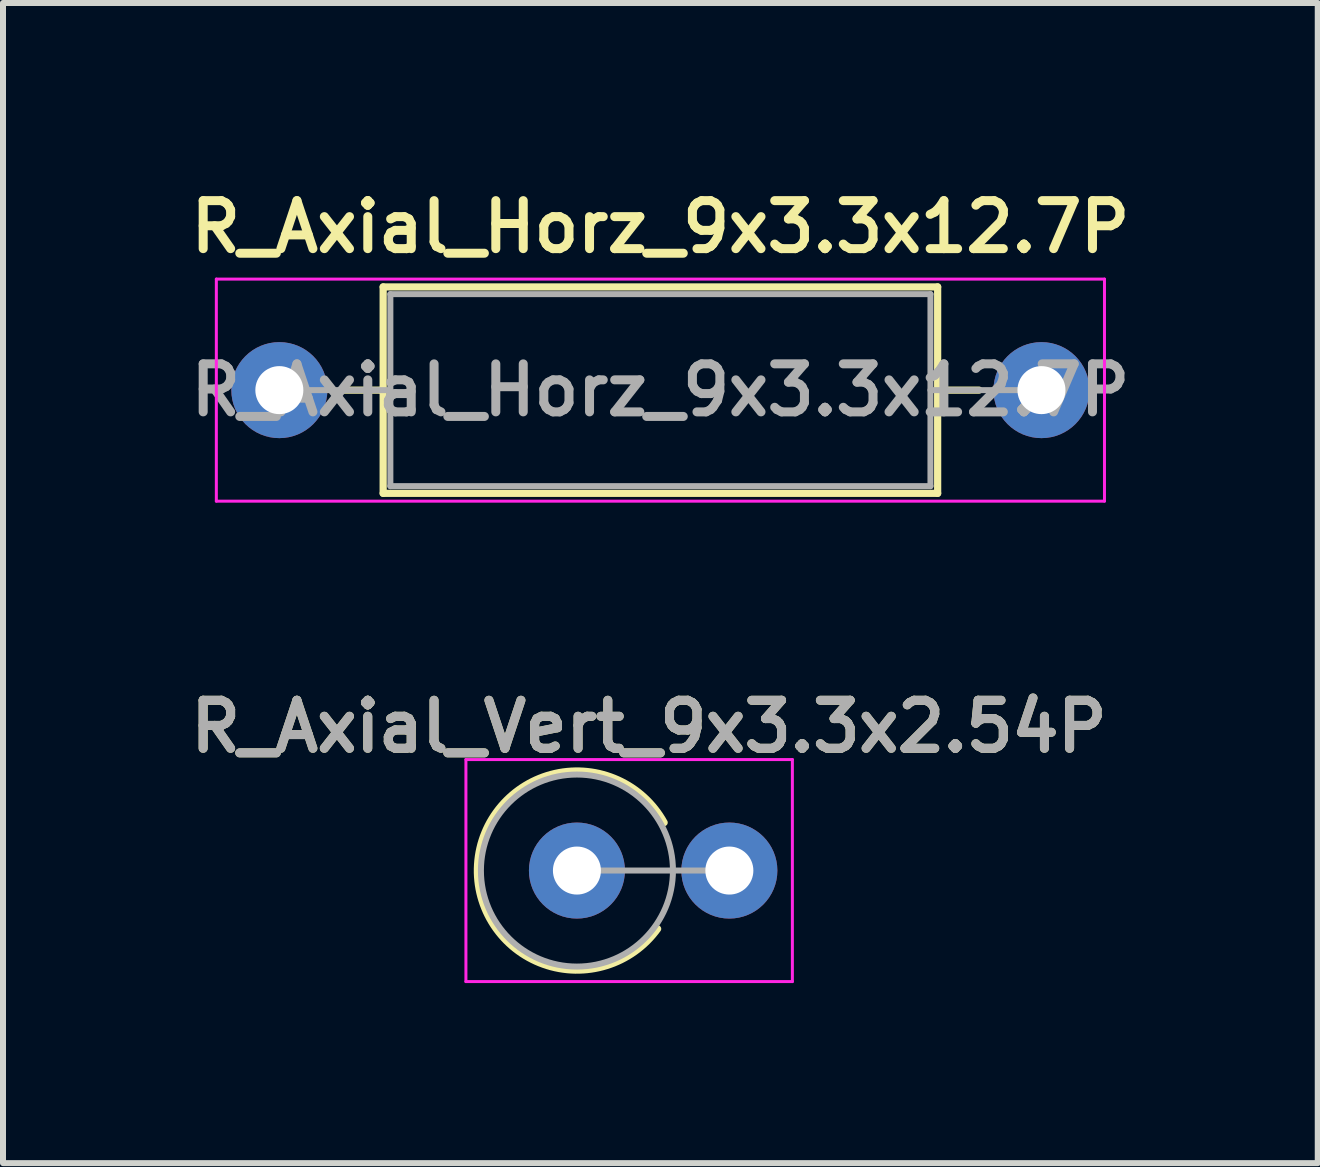
<source format=kicad_pcb>
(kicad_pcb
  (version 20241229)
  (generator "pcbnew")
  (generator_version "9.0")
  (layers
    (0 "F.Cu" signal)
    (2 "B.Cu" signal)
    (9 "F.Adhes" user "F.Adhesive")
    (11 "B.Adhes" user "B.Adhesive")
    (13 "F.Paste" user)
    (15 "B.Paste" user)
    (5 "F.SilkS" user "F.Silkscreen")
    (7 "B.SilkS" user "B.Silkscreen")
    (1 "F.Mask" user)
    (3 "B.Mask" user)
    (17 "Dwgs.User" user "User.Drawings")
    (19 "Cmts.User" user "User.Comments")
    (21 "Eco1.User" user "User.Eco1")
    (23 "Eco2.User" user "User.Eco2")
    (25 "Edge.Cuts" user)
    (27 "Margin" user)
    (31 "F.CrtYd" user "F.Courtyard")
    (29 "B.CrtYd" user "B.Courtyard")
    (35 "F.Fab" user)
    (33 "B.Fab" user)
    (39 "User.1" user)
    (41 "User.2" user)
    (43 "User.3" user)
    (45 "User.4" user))
  (footprint "R_Axial_Vert_9x3.3x2.54P"
    (layer "F.Cu")
    (at 6.564 11.457)
    (property "Reference" "R_Axial_Vert_9x3.3x2.54P" (at 1.2 -2.4 0) (layer "F.SilkS") (effects (font (size 0.8 0.8) (thickness 0.15))))
    (attr through_hole)
    (fp_arc (start 1.344775 0.97138) (mid -1.655812 -0.101418) (end 1.453272 -0.8) (stroke (width 0.12) (type solid)) (layer "F.SilkS"))
    (fp_line (start -1.85 -1.85) (end -1.85 1.85) (stroke (width 0.05) (type solid)) (layer "F.CrtYd"))
    (fp_line (start -1.85 1.85) (end 3.59 1.85) (stroke (width 0.05) (type solid)) (layer "F.CrtYd"))
    (fp_line (start 3.59 -1.85) (end -1.85 -1.85) (stroke (width 0.05) (type solid)) (layer "F.CrtYd"))
    (fp_line (start 3.59 1.85) (end 3.59 -1.85) (stroke (width 0.05) (type solid)) (layer "F.CrtYd"))
    (fp_line (start 0 0) (end 2.54 0) (stroke (width 0.1) (type solid)) (layer "F.Fab"))
    (fp_circle (center 0 0) (end 1.6 0) (stroke (width 0.1) (type solid)) (fill no) (layer "F.Fab"))
    (fp_text user "${REFERENCE}" (at 1.2 -2.4 0) (layer "F.Fab") (effects (font (size 0.8 0.8) (thickness 0.15))))
    (pad "1" thru_hole circle (at 0 0) (size 1.6 1.6) (drill 0.8) (layers "*.Cu" "*.Mask"))
    (pad "2" thru_hole oval (at 2.54 0) (size 1.6 1.6) (drill 0.8) (layers "*.Cu" "*.Mask")))
  (footprint "R_Axial_Horz_9x3.3x12.7P"
    (layer "F.Cu")
    (at 1.605 3.451)
    (property "Reference" "R_Axial_Horz_9x3.3x12.7P" (at 6.35 -2.72 0) (layer "F.SilkS") (effects (font (size 0.8 0.8) (thickness 0.15))))
    (attr through_hole)
    (fp_line (start 1.04 0) (end 1.73 0) (stroke (width 0.12) (type solid)) (layer "F.SilkS"))
    (fp_line (start 1.73 -1.72) (end 1.73 1.72) (stroke (width 0.12) (type solid)) (layer "F.SilkS"))
    (fp_line (start 1.73 1.72) (end 10.97 1.72) (stroke (width 0.12) (type solid)) (layer "F.SilkS"))
    (fp_line (start 10.97 -1.72) (end 1.73 -1.72) (stroke (width 0.12) (type solid)) (layer "F.SilkS"))
    (fp_line (start 10.97 1.72) (end 10.97 -1.72) (stroke (width 0.12) (type solid)) (layer "F.SilkS"))
    (fp_line (start 11.66 0) (end 10.97 0) (stroke (width 0.12) (type solid)) (layer "F.SilkS"))
    (fp_line (start -1.05 -1.85) (end -1.05 1.85) (stroke (width 0.05) (type solid)) (layer "F.CrtYd"))
    (fp_line (start -1.05 1.85) (end 13.75 1.85) (stroke (width 0.05) (type solid)) (layer "F.CrtYd"))
    (fp_line (start 13.75 -1.85) (end -1.05 -1.85) (stroke (width 0.05) (type solid)) (layer "F.CrtYd"))
    (fp_line (start 13.75 1.85) (end 13.75 -1.85) (stroke (width 0.05) (type solid)) (layer "F.CrtYd"))
    (fp_line (start 0 0) (end 1.85 0) (stroke (width 0.1) (type solid)) (layer "F.Fab"))
    (fp_line (start 1.85 -1.6) (end 1.85 1.6) (stroke (width 0.1) (type solid)) (layer "F.Fab"))
    (fp_line (start 1.85 1.6) (end 10.85 1.6) (stroke (width 0.1) (type solid)) (layer "F.Fab"))
    (fp_line (start 10.85 -1.6) (end 1.85 -1.6) (stroke (width 0.1) (type solid)) (layer "F.Fab"))
    (fp_line (start 10.85 1.6) (end 10.85 -1.6) (stroke (width 0.1) (type solid)) (layer "F.Fab"))
    (fp_line (start 12.7 0) (end 10.85 0) (stroke (width 0.1) (type solid)) (layer "F.Fab"))
    (fp_text user "${REFERENCE}" (at 6.35 0 0) (layer "F.Fab") (effects (font (size 0.8 0.8) (thickness 0.15))))
    (pad "1" thru_hole circle (at 0 0) (size 1.6 1.6) (drill 0.8) (layers "*.Cu" "*.Mask"))
    (pad "2" thru_hole oval (at 12.7 0) (size 1.6 1.6) (drill 0.8) (layers "*.Cu" "*.Mask")))
  (gr_rect
    (start -3 -3)
    (end 18.909 16.332)
    (stroke (width 0.1) (type default))
    (fill no)
    (layer "Edge.Cuts")))
</source>
